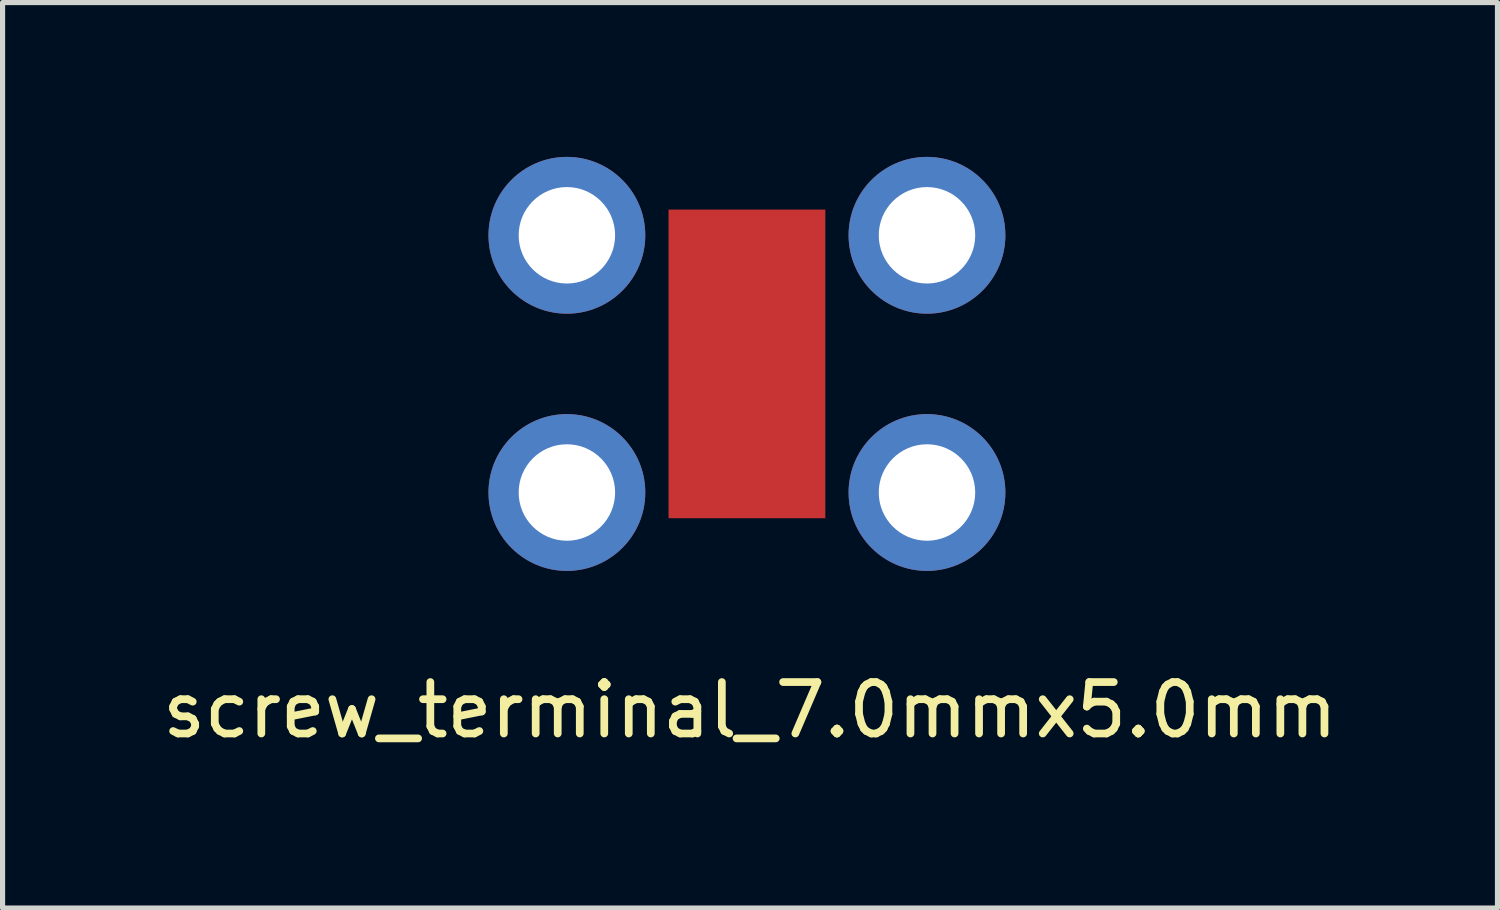
<source format=kicad_pcb>
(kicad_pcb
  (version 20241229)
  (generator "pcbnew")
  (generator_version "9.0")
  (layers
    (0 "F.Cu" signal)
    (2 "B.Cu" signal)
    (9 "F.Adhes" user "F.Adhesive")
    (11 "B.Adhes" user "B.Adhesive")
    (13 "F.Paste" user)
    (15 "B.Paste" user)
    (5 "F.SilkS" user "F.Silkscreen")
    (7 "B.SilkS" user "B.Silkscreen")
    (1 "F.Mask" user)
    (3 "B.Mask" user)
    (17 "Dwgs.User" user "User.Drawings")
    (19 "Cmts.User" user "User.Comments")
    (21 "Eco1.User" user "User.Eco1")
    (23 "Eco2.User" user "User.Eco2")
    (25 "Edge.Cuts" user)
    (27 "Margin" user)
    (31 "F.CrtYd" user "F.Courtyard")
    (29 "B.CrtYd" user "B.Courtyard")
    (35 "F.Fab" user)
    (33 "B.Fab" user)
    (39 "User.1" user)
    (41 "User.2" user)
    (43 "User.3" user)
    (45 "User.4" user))
  (footprint "screw_terminal_7.0mmx5.0mm"
    (layer "F.Cu")
    (at 11.51 4.114)
    (property "Reference" "screw_terminal_7.0mmx5.0mm" (at 0.02 6.64 180) (layer "F.SilkS") (effects (font (size 1 1) (thickness 0.15))))
    (attr through_hole)
    (fp_line (start -3.92 -4.04) (end 3.98 -4.04) (stroke (width 0.12) (type solid)) (layer "B.Paste"))
    (fp_line (start -3.92 3.86) (end -3.92 -4.04) (stroke (width 0.12) (type solid)) (layer "B.Paste"))
    (fp_line (start 3.98 -4.04) (end 3.98 3.86) (stroke (width 0.12) (type solid)) (layer "B.Paste"))
    (fp_line (start 3.98 3.86) (end -3.92 3.86) (stroke (width 0.12) (type solid)) (layer "B.Paste"))
    (pad "" thru_hole circle (at -3.54 -2.59) (size 3.048 3.048) (drill 1.875) (layers "*.Cu" "*.Mask"))
    (pad "" thru_hole circle (at -3.54 2.41) (size 3.048 3.048) (drill 1.875) (layers "*.Cu" "*.Mask"))
    (pad "" thru_hole circle (at 3.46 -2.59) (size 3.048 3.048) (drill 1.875) (layers "*.Cu" "*.Mask"))
    (pad "" thru_hole circle (at 3.46 2.41) (size 3.048 3.048) (drill 1.875) (layers "*.Cu" "*.Mask"))
    (pad "1" smd rect (at -0.04 -0.09) (size 3.048 6) (layers "F.Cu" "F.Mask" "F.Paste")))
  (gr_rect
    (start -3 -3)
    (end 26.06 14.602)
    (stroke (width 0.1) (type default))
    (fill no)
    (layer "Edge.Cuts")))
</source>
